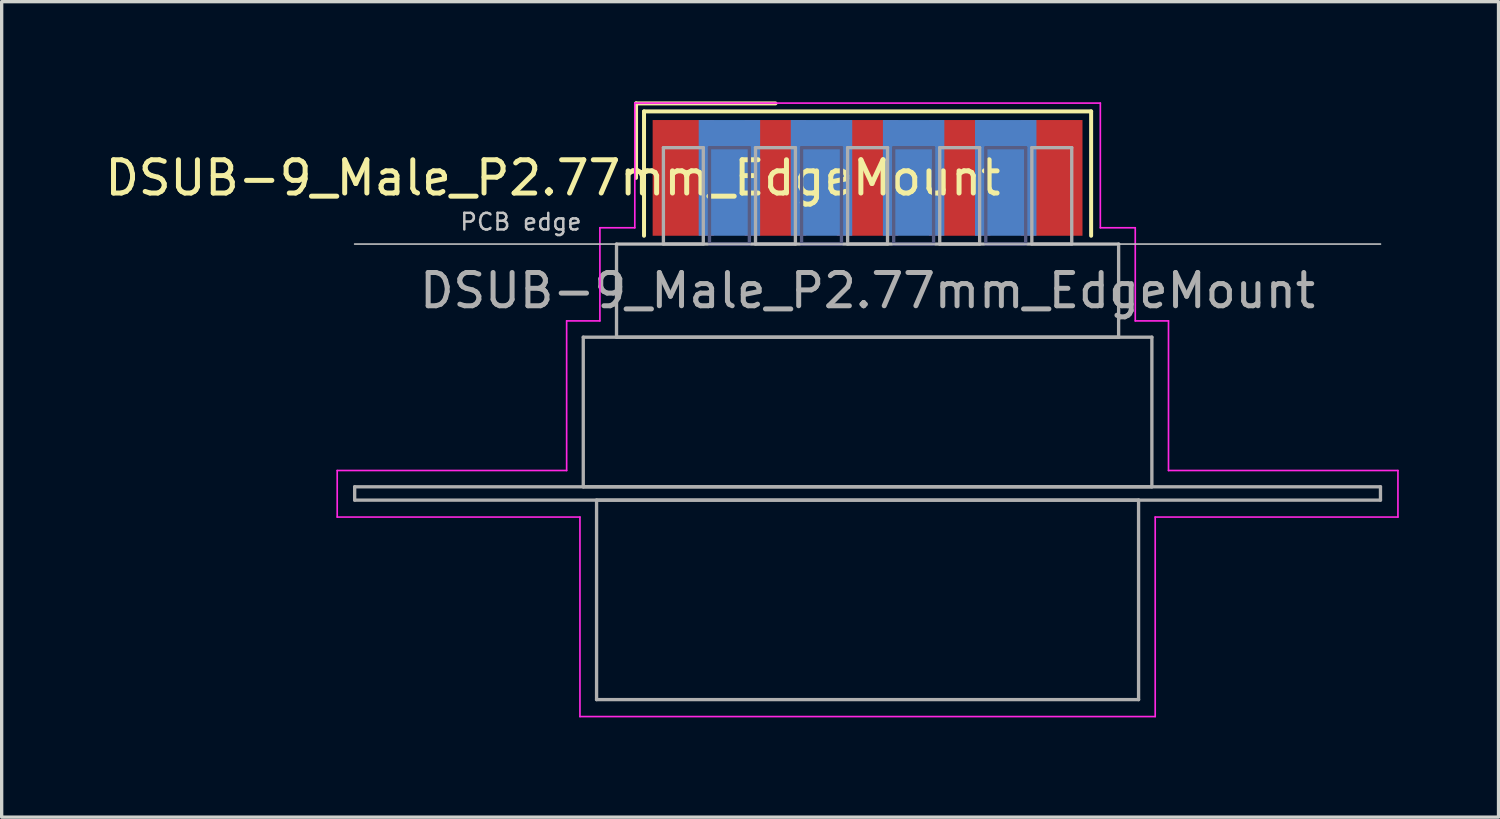
<source format=kicad_pcb>
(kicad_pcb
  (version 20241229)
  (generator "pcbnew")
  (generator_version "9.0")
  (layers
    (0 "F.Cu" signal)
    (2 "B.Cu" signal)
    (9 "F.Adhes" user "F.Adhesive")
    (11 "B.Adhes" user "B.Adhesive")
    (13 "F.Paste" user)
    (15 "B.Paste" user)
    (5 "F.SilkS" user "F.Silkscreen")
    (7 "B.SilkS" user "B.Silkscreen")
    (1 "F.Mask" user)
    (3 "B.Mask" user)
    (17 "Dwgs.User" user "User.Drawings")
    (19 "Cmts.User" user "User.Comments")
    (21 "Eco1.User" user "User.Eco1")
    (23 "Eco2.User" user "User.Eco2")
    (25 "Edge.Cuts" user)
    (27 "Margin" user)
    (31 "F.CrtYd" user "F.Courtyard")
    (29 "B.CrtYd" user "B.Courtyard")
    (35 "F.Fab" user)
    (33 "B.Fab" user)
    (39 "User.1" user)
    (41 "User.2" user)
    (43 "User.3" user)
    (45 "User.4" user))
  (footprint "DSUB-9_Male_P2.77mm_EdgeMount"
    (layer "F.Cu")
    (at 23.041 2.3)
    (property "Reference" "DSUB-9_Male_P2.77mm_EdgeMount" (at -9.463 0 0) (layer "F.SilkS") (effects (font (size 1 1) (thickness 0.15))))
    (attr smd)
    (fp_line (start -6.963 -2.24) (end -2.77 -2.24) (stroke (width 0.12) (type solid)) (layer "F.SilkS"))
    (fp_line (start -6.963 0) (end -6.963 -2.24) (stroke (width 0.12) (type solid)) (layer "F.SilkS"))
    (fp_line (start -6.723 -2) (end -6.723 1.74) (stroke (width 0.12) (type solid)) (layer "F.SilkS"))
    (fp_line (start 6.723 -2) (end -6.723 -2) (stroke (width 0.12) (type solid)) (layer "F.SilkS"))
    (fp_line (start 6.723 1.74) (end 6.723 -2) (stroke (width 0.12) (type solid)) (layer "F.SilkS"))
    (fp_line (start -15.425 1.99) (end 15.425 1.99) (stroke (width 0.05) (type solid)) (layer "Dwgs.User"))
    (fp_line (start -15.95 8.8) (end -9.05 8.8) (stroke (width 0.05) (type solid)) (layer "F.CrtYd"))
    (fp_line (start -15.95 10.2) (end -15.95 8.8) (stroke (width 0.05) (type solid)) (layer "F.CrtYd"))
    (fp_line (start -9.05 4.3) (end -8.05 4.3) (stroke (width 0.05) (type solid)) (layer "F.CrtYd"))
    (fp_line (start -9.05 8.8) (end -9.05 4.3) (stroke (width 0.05) (type solid)) (layer "F.CrtYd"))
    (fp_line (start -8.65 10.2) (end -15.95 10.2) (stroke (width 0.05) (type solid)) (layer "F.CrtYd"))
    (fp_line (start -8.65 16.2) (end -8.65 10.2) (stroke (width 0.05) (type solid)) (layer "F.CrtYd"))
    (fp_line (start -8.05 1.5) (end -7 1.5) (stroke (width 0.05) (type solid)) (layer "F.CrtYd"))
    (fp_line (start -8.05 4.3) (end -8.05 1.5) (stroke (width 0.05) (type solid)) (layer "F.CrtYd"))
    (fp_line (start -7 -2.25) (end 7 -2.25) (stroke (width 0.05) (type solid)) (layer "F.CrtYd"))
    (fp_line (start -7 1.5) (end -7 -2.25) (stroke (width 0.05) (type solid)) (layer "F.CrtYd"))
    (fp_line (start 7 -2.25) (end 7 1.5) (stroke (width 0.05) (type solid)) (layer "F.CrtYd"))
    (fp_line (start 7 1.5) (end 8.05 1.5) (stroke (width 0.05) (type solid)) (layer "F.CrtYd"))
    (fp_line (start 8.05 1.5) (end 8.05 4.3) (stroke (width 0.05) (type solid)) (layer "F.CrtYd"))
    (fp_line (start 8.05 4.3) (end 9.05 4.3) (stroke (width 0.05) (type solid)) (layer "F.CrtYd"))
    (fp_line (start 8.65 10.2) (end 8.65 16.2) (stroke (width 0.05) (type solid)) (layer "F.CrtYd"))
    (fp_line (start 8.65 16.2) (end -8.65 16.2) (stroke (width 0.05) (type solid)) (layer "F.CrtYd"))
    (fp_line (start 9.05 4.3) (end 9.05 8.8) (stroke (width 0.05) (type solid)) (layer "F.CrtYd"))
    (fp_line (start 9.05 8.8) (end 15.95 8.8) (stroke (width 0.05) (type solid)) (layer "F.CrtYd"))
    (fp_line (start 15.95 8.8) (end 15.95 10.2) (stroke (width 0.05) (type solid)) (layer "F.CrtYd"))
    (fp_line (start 15.95 10.2) (end 8.65 10.2) (stroke (width 0.05) (type solid)) (layer "F.CrtYd"))
    (fp_line (start -4.755 -0.91) (end -4.755 1.99) (stroke (width 0.1) (type solid)) (layer "B.Fab"))
    (fp_line (start -4.755 1.99) (end -3.555 1.99) (stroke (width 0.1) (type solid)) (layer "B.Fab"))
    (fp_line (start -3.555 -0.91) (end -4.755 -0.91) (stroke (width 0.1) (type solid)) (layer "B.Fab"))
    (fp_line (start -3.555 1.99) (end -3.555 -0.91) (stroke (width 0.1) (type solid)) (layer "B.Fab"))
    (fp_line (start -1.985 -0.91) (end -1.985 1.99) (stroke (width 0.1) (type solid)) (layer "B.Fab"))
    (fp_line (start -1.985 1.99) (end -0.785 1.99) (stroke (width 0.1) (type solid)) (layer "B.Fab"))
    (fp_line (start -0.785 -0.91) (end -1.985 -0.91) (stroke (width 0.1) (type solid)) (layer "B.Fab"))
    (fp_line (start -0.785 1.99) (end -0.785 -0.91) (stroke (width 0.1) (type solid)) (layer "B.Fab"))
    (fp_line (start 0.785 -0.91) (end 0.785 1.99) (stroke (width 0.1) (type solid)) (layer "B.Fab"))
    (fp_line (start 0.785 1.99) (end 1.985 1.99) (stroke (width 0.1) (type solid)) (layer "B.Fab"))
    (fp_line (start 1.985 -0.91) (end 0.785 -0.91) (stroke (width 0.1) (type solid)) (layer "B.Fab"))
    (fp_line (start 1.985 1.99) (end 1.985 -0.91) (stroke (width 0.1) (type solid)) (layer "B.Fab"))
    (fp_line (start 3.555 -0.91) (end 3.555 1.99) (stroke (width 0.1) (type solid)) (layer "B.Fab"))
    (fp_line (start 3.555 1.99) (end 4.755 1.99) (stroke (width 0.1) (type solid)) (layer "B.Fab"))
    (fp_line (start 4.755 -0.91) (end 3.555 -0.91) (stroke (width 0.1) (type solid)) (layer "B.Fab"))
    (fp_line (start 4.755 1.99) (end 4.755 -0.91) (stroke (width 0.1) (type solid)) (layer "B.Fab"))
    (fp_line (start -15.425 9.29) (end -15.425 9.69) (stroke (width 0.1) (type solid)) (layer "F.Fab"))
    (fp_line (start -15.425 9.69) (end 15.425 9.69) (stroke (width 0.1) (type solid)) (layer "F.Fab"))
    (fp_line (start -8.55 4.79) (end -8.55 9.29) (stroke (width 0.1) (type solid)) (layer "F.Fab"))
    (fp_line (start -8.55 9.29) (end 8.55 9.29) (stroke (width 0.1) (type solid)) (layer "F.Fab"))
    (fp_line (start -8.15 9.69) (end -8.15 15.69) (stroke (width 0.1) (type solid)) (layer "F.Fab"))
    (fp_line (start -8.15 15.69) (end 8.15 15.69) (stroke (width 0.1) (type solid)) (layer "F.Fab"))
    (fp_line (start -7.55 1.99) (end -7.55 4.79) (stroke (width 0.1) (type solid)) (layer "F.Fab"))
    (fp_line (start -7.55 4.79) (end 7.55 4.79) (stroke (width 0.1) (type solid)) (layer "F.Fab"))
    (fp_line (start -6.14 -0.91) (end -6.14 1.99) (stroke (width 0.1) (type solid)) (layer "F.Fab"))
    (fp_line (start -6.14 1.99) (end -4.94 1.99) (stroke (width 0.1) (type solid)) (layer "F.Fab"))
    (fp_line (start -4.94 -0.91) (end -6.14 -0.91) (stroke (width 0.1) (type solid)) (layer "F.Fab"))
    (fp_line (start -4.94 1.99) (end -4.94 -0.91) (stroke (width 0.1) (type solid)) (layer "F.Fab"))
    (fp_line (start -3.37 -0.91) (end -3.37 1.99) (stroke (width 0.1) (type solid)) (layer "F.Fab"))
    (fp_line (start -3.37 1.99) (end -2.17 1.99) (stroke (width 0.1) (type solid)) (layer "F.Fab"))
    (fp_line (start -2.17 -0.91) (end -3.37 -0.91) (stroke (width 0.1) (type solid)) (layer "F.Fab"))
    (fp_line (start -2.17 1.99) (end -2.17 -0.91) (stroke (width 0.1) (type solid)) (layer "F.Fab"))
    (fp_line (start -0.6 -0.91) (end -0.6 1.99) (stroke (width 0.1) (type solid)) (layer "F.Fab"))
    (fp_line (start -0.6 1.99) (end 0.6 1.99) (stroke (width 0.1) (type solid)) (layer "F.Fab"))
    (fp_line (start 0.6 -0.91) (end -0.6 -0.91) (stroke (width 0.1) (type solid)) (layer "F.Fab"))
    (fp_line (start 0.6 1.99) (end 0.6 -0.91) (stroke (width 0.1) (type solid)) (layer "F.Fab"))
    (fp_line (start 2.17 -0.91) (end 2.17 1.99) (stroke (width 0.1) (type solid)) (layer "F.Fab"))
    (fp_line (start 2.17 1.99) (end 3.37 1.99) (stroke (width 0.1) (type solid)) (layer "F.Fab"))
    (fp_line (start 3.37 -0.91) (end 2.17 -0.91) (stroke (width 0.1) (type solid)) (layer "F.Fab"))
    (fp_line (start 3.37 1.99) (end 3.37 -0.91) (stroke (width 0.1) (type solid)) (layer "F.Fab"))
    (fp_line (start 4.94 -0.91) (end 4.94 1.99) (stroke (width 0.1) (type solid)) (layer "F.Fab"))
    (fp_line (start 4.94 1.99) (end 6.14 1.99) (stroke (width 0.1) (type solid)) (layer "F.Fab"))
    (fp_line (start 6.14 -0.91) (end 4.94 -0.91) (stroke (width 0.1) (type solid)) (layer "F.Fab"))
    (fp_line (start 6.14 1.99) (end 6.14 -0.91) (stroke (width 0.1) (type solid)) (layer "F.Fab"))
    (fp_line (start 7.55 1.99) (end -7.55 1.99) (stroke (width 0.1) (type solid)) (layer "F.Fab"))
    (fp_line (start 7.55 4.79) (end 7.55 1.99) (stroke (width 0.1) (type solid)) (layer "F.Fab"))
    (fp_line (start 8.15 9.69) (end -8.15 9.69) (stroke (width 0.1) (type solid)) (layer "F.Fab"))
    (fp_line (start 8.15 15.69) (end 8.15 9.69) (stroke (width 0.1) (type solid)) (layer "F.Fab"))
    (fp_line (start 8.55 4.79) (end -8.55 4.79) (stroke (width 0.1) (type solid)) (layer "F.Fab"))
    (fp_line (start 8.55 9.29) (end 8.55 4.79) (stroke (width 0.1) (type solid)) (layer "F.Fab"))
    (fp_line (start 15.425 9.29) (end -15.425 9.29) (stroke (width 0.1) (type solid)) (layer "F.Fab"))
    (fp_line (start 15.425 9.69) (end 15.425 9.29) (stroke (width 0.1) (type solid)) (layer "F.Fab"))
    (fp_text user "PCB edge" (at -10.425 1.323 0) (layer "Dwgs.User") (effects (font (size 0.5 0.5) (thickness 0.075))))
    (fp_text user "${REFERENCE}" (at 0 3.39 0) (layer "F.Fab") (effects (font (size 1 1) (thickness 0.15))))
    (pad "1" smd rect (at -5.54 0) (size 1.847 3.48) (layers "F.Cu" "F.Mask" "F.Paste"))
    (pad "2" smd rect (at -2.77 0) (size 1.847 3.48) (layers "F.Cu" "F.Mask" "F.Paste"))
    (pad "3" smd rect (at 0 0) (size 1.847 3.48) (layers "F.Cu" "F.Mask" "F.Paste"))
    (pad "4" smd rect (at 2.77 0) (size 1.847 3.48) (layers "F.Cu" "F.Mask" "F.Paste"))
    (pad "5" smd rect (at 5.54 0) (size 1.847 3.48) (layers "F.Cu" "F.Mask" "F.Paste"))
    (pad "6" smd rect (at -4.155 0) (size 1.847 3.48) (layers "B.Cu" "B.Mask" "B.Paste"))
    (pad "7" smd rect (at -1.385 0) (size 1.847 3.48) (layers "B.Cu" "B.Mask" "B.Paste"))
    (pad "8" smd rect (at 1.385 0) (size 1.847 3.48) (layers "B.Cu" "B.Mask" "B.Paste"))
    (pad "9" smd rect (at 4.155 0) (size 1.847 3.48) (layers "B.Cu" "B.Mask" "B.Paste")))
  (gr_rect
    (start -3 -3)
    (end 42.016 21.525)
    (stroke (width 0.1) (type default))
    (fill no)
    (layer "Edge.Cuts")))
</source>
